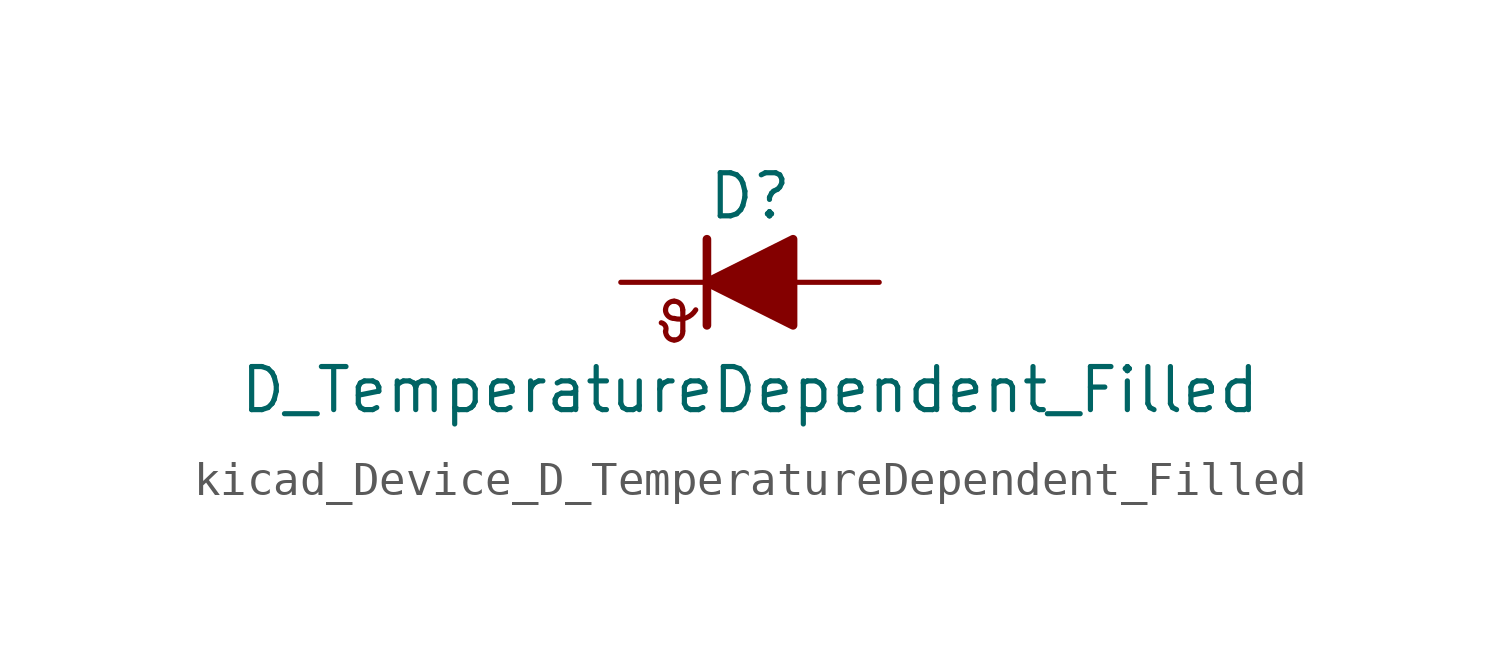
<source format=kicad_sym>
(kicad_symbol_lib
  (version 20220914)
  (generator kicad_symbol_editor)
  (symbol "kicad_Device_D_TemperatureDependent_Filled"
    (pin_numbers hide)
    (pin_names
      (offset 1.016) hide)
    (property "Reference" "D"
      (at 0 2.54 0)
      (effects (font (size 1.27 1.27))))
    (property "Value" "D_TemperatureDependent_Filled"
      (at 0 -3.175 0)
      (effects (font (size 1.27 1.27))))
    (symbol "kicad_Device_D_TemperatureDependent_Filled_0_1"
      (arc (start -2.4892 -1.4478) (mid -2.4907 -1.2925) (end -2.6162 -1.1938) (stroke (width 0) (type default)) (fill (type none)))
      (arc (start -2.4892 -1.4478) (mid -2.4148 -1.6274) (end -2.2352 -1.7018) (stroke (width 0) (type default)) (fill (type none)))
      (arc (start -2.4892 -0.8128) (mid -2.4148 -0.9924) (end -2.2352 -1.0668) (stroke (width 0) (type default)) (fill (type none)))
      (arc (start -2.2352 -1.7018) (mid -2.0556 -1.6274) (end -1.9812 -1.4478) (stroke (width 0) (type default)) (fill (type none)))
      (arc (start -2.2352 -1.0668) (mid -1.8805 -1.0481) (end -1.6002 -0.8128) (stroke (width 0) (type default)) (fill (type none)))
      (arc (start -2.2352 -0.5588) (mid -2.4148 -0.6332) (end -2.4892 -0.8128) (stroke (width 0) (type default)) (fill (type none)))
      (arc (start -1.9812 -0.8128) (mid -2.0556 -0.6332) (end -2.2352 -0.5588) (stroke (width 0) (type default)) (fill (type none)))
      (polyline (pts (xy -1.981 -1.422) (xy -1.981 -0.813)) (stroke (width 0) (type default)) (fill (type none)))
      (polyline (pts (xy -1.27 1.27) (xy -1.27 -1.27)) (stroke (width 0.254) (type default)) (fill (type none)))
      (polyline (pts (xy 1.27 0) (xy -1.27 0)) (stroke (width 0) (type default)) (fill (type none)))
      (polyline (pts (xy 1.27 -1.27) (xy 1.27 1.27) (xy -1.27 0) (xy 1.27 -1.27)) (stroke (width 0.254) (type default)) (fill (type outline))))
    (symbol "kicad_Device_D_TemperatureDependent_Filled_1_1"
      (pin passive line (at -3.81 0 0) (length 2.54) (name "K" (effects (font (size 1.27 1.27)))) (number "1" (effects (font (size 1.27 1.27)))))
      (pin passive line (at 3.81 0 180) (length 2.54) (name "A" (effects (font (size 1.27 1.27)))) (number "2" (effects (font (size 1.27 1.27))))))))
</source>
